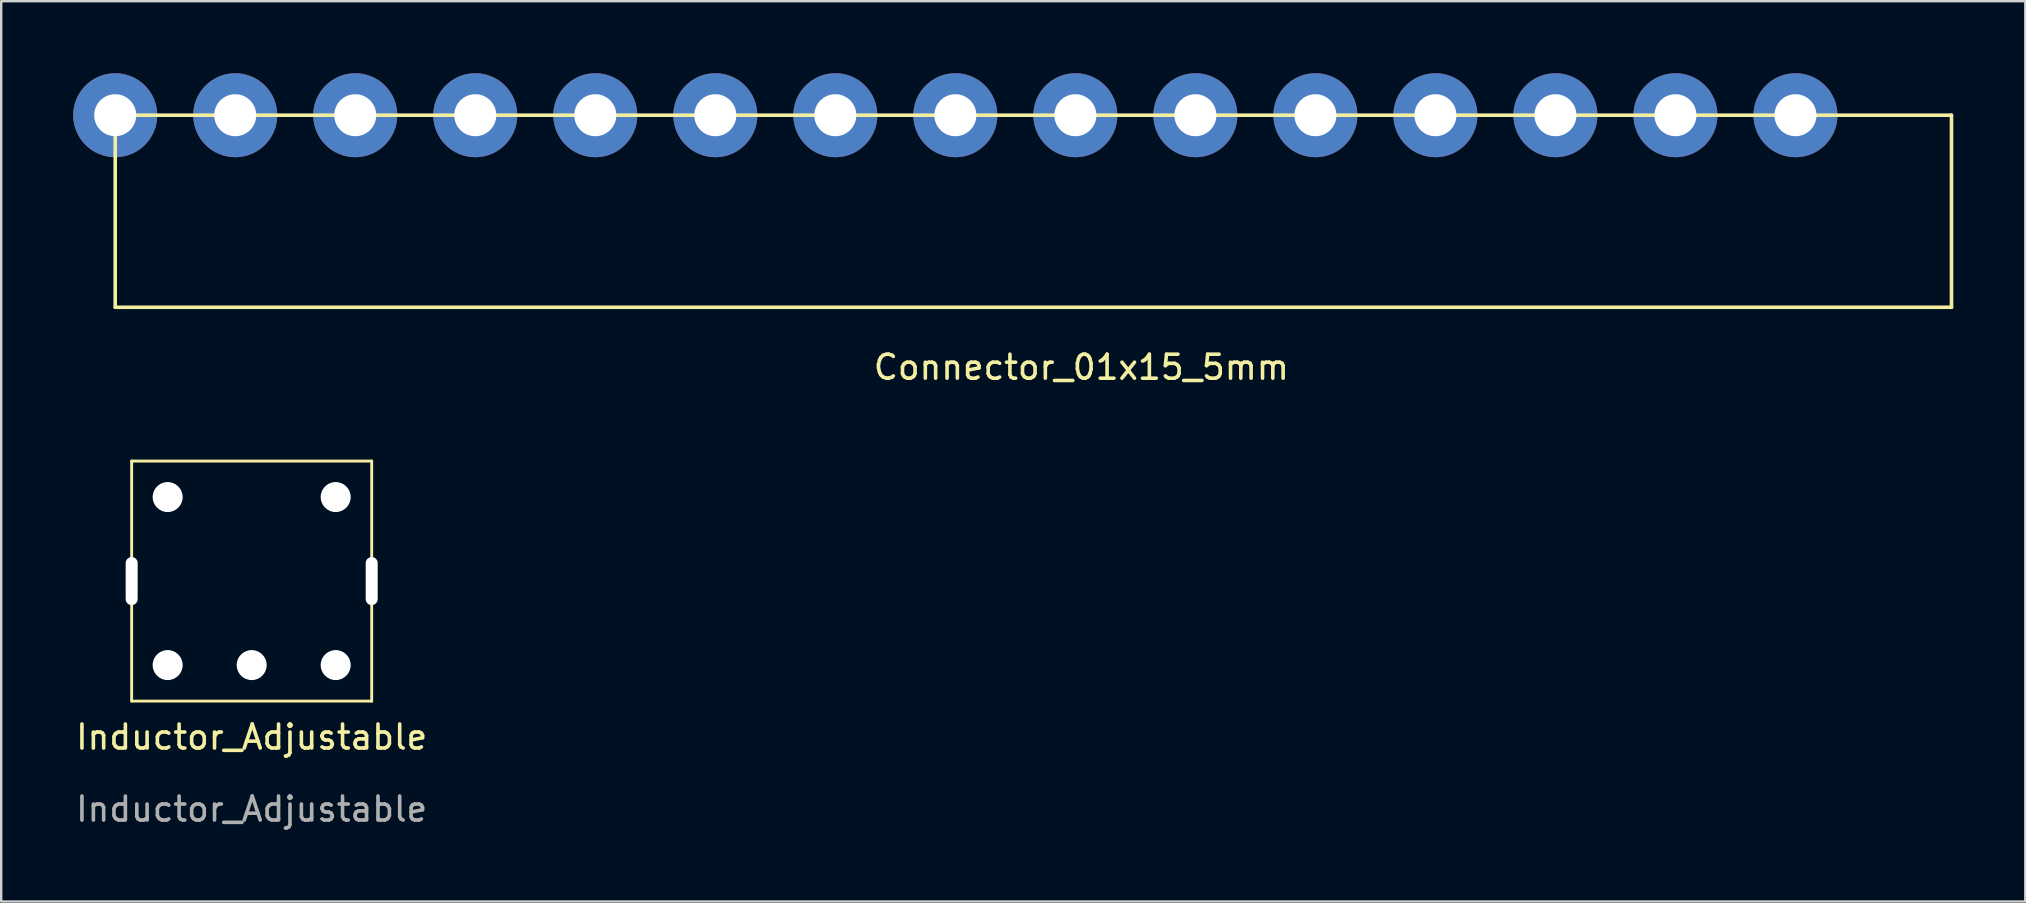
<source format=kicad_pcb>
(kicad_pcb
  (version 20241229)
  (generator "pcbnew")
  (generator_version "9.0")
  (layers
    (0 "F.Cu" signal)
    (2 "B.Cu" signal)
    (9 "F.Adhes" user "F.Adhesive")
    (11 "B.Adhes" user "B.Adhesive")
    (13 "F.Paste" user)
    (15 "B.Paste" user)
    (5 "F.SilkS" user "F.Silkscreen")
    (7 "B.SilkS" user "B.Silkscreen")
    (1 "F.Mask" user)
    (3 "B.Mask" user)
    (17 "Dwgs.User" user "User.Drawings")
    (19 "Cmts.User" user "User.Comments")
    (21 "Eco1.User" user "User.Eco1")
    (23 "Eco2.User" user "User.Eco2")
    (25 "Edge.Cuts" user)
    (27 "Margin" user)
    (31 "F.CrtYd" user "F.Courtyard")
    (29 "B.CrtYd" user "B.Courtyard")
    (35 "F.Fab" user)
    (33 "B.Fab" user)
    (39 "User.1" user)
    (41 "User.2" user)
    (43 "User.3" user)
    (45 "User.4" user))
  (footprint "Inductor_Adjustable"
    (layer "F.Cu")
    (at 7.435 21.158)
    (property "Reference" "Inductor_Adjustable" (at 0 6.5 0) (unlocked yes) (layer "F.SilkS") (effects (font (size 1 1) (thickness 0.15))))
    (attr through_hole)
    (fp_line (start -5 -5) (end 5 -5) (stroke (width 0.12) (type solid)) (layer "F.SilkS"))
    (fp_line (start -5 5) (end -5 -5) (stroke (width 0.12) (type solid)) (layer "F.SilkS"))
    (fp_line (start 5 -5) (end 5 5) (stroke (width 0.12) (type solid)) (layer "F.SilkS"))
    (fp_line (start 5 5) (end -5 5) (stroke (width 0.12) (type solid)) (layer "F.SilkS"))
    (fp_circle (center -3.5 -3.5) (end -3 -3.5) (stroke (width 0.12) (type solid)) (fill no) (layer "Dwgs.User"))
    (fp_circle (center -3.5 3.5) (end -3 3.5) (stroke (width 0.12) (type solid)) (fill no) (layer "Dwgs.User"))
    (fp_circle (center 0 3.5) (end 0.5 3.5) (stroke (width 0.12) (type solid)) (fill no) (layer "Dwgs.User"))
    (fp_circle (center 3.5 -3.5) (end 4 -3.5) (stroke (width 0.12) (type solid)) (fill no) (layer "Dwgs.User"))
    (fp_circle (center 3.5 3.5) (end 4 3.5) (stroke (width 0.12) (type solid)) (fill no) (layer "Dwgs.User"))
    (fp_text user "${REFERENCE}" (at 0 9.5 0) (unlocked yes) (layer "F.Fab") (effects (font (size 1 1) (thickness 0.15))))
    (pad "1" thru_hole circle (at 3.5 3.5 45) (size 2 2) (drill 1.25) (layers "*.Cu" "B.Mask") (remove_unused_layers yes) (zone_layer_connections))
    (pad "2" thru_hole circle (at 0 3.5) (size 2 2) (drill 1.25) (layers "*.Cu" "B.Mask") (remove_unused_layers yes) (zone_layer_connections))
    (pad "3" thru_hole circle (at -3.5 3.5 135) (size 2 2) (drill 1.25) (layers "*.Cu" "B.Mask") (remove_unused_layers yes) (zone_layer_connections))
    (pad "4" thru_hole circle (at -3.5 -3.5 225) (size 2 2) (drill 1.25) (layers "*.Cu" "B.Mask") (remove_unused_layers yes) (zone_layer_connections))
    (pad "5" thru_hole circle (at 3.5 -3.5 135) (size 2 2) (drill 1.25) (layers "*.Cu" "B.Mask") (remove_unused_layers yes) (zone_layer_connections))
    (pad "6" thru_hole oval (at -5 0) (size 1 3) (drill oval 0.5 2) (layers "*.Cu" "B.Mask") (remove_unused_layers yes) (zone_layer_connections))
    (pad "6" thru_hole oval (at 5 0) (size 1 3) (drill oval 0.5 2) (layers "*.Cu" "B.Mask") (remove_unused_layers yes) (zone_layer_connections)))
  (footprint "Connector_01x15_5mm"
    (layer "F.Cu")
    (at 71.75 1.75)
    (property "Reference" "Connector_01x15_5mm" (at -29.75 10.5 0) (layer "F.SilkS") (effects (font (size 1 1) (thickness 0.15))))
    (attr through_hole)
    (fp_line (start -70 8) (end -70 0) (stroke (width 0.15) (type solid)) (layer "F.SilkS"))
    (fp_line (start -70 8) (end 6.5 8) (stroke (width 0.15) (type solid)) (layer "F.SilkS"))
    (fp_line (start 6.5 0) (end -70 0) (stroke (width 0.15) (type solid)) (layer "F.SilkS"))
    (fp_line (start 6.5 8) (end 6.5 0) (stroke (width 0.15) (type solid)) (layer "F.SilkS"))
    (pad "1" thru_hole circle (at 0 0 180) (size 3.5 3.5) (drill 1.75) (layers "*.Cu" "B.Mask") (remove_unused_layers yes) (keep_end_layers yes) (zone_layer_connections))
    (pad "2" thru_hole circle (at -5 0 180) (size 3.5 3.5) (drill 1.75) (layers "*.Cu" "B.Mask") (remove_unused_layers yes) (keep_end_layers yes) (zone_layer_connections))
    (pad "3" thru_hole circle (at -10 0 180) (size 3.5 3.5) (drill 1.75) (layers "*.Cu" "B.Mask") (remove_unused_layers yes) (keep_end_layers yes) (zone_layer_connections))
    (pad "4" thru_hole circle (at -15 0 180) (size 3.5 3.5) (drill 1.75) (layers "*.Cu" "B.Mask") (remove_unused_layers yes) (keep_end_layers yes) (zone_layer_connections))
    (pad "5" thru_hole circle (at -20 0 180) (size 3.5 3.5) (drill 1.75) (layers "*.Cu" "B.Mask") (remove_unused_layers yes) (keep_end_layers yes) (zone_layer_connections))
    (pad "6" thru_hole circle (at -25 0 180) (size 3.5 3.5) (drill 1.75) (layers "*.Cu" "B.Mask") (remove_unused_layers yes) (keep_end_layers yes) (zone_layer_connections))
    (pad "7" thru_hole circle (at -30 0 180) (size 3.5 3.5) (drill 1.75) (layers "*.Cu" "B.Mask") (remove_unused_layers yes) (keep_end_layers yes) (zone_layer_connections))
    (pad "8" thru_hole circle (at -35 0 180) (size 3.5 3.5) (drill 1.75) (layers "*.Cu" "B.Mask") (remove_unused_layers yes) (keep_end_layers yes) (zone_layer_connections))
    (pad "9" thru_hole circle (at -40 0 180) (size 3.5 3.5) (drill 1.75) (layers "*.Cu" "B.Mask") (remove_unused_layers yes) (keep_end_layers yes) (zone_layer_connections))
    (pad "10" thru_hole circle (at -45 0 180) (size 3.5 3.5) (drill 1.75) (layers "*.Cu" "B.Mask") (remove_unused_layers yes) (keep_end_layers yes) (zone_layer_connections))
    (pad "11" thru_hole circle (at -50 0 180) (size 3.5 3.5) (drill 1.75) (layers "*.Cu" "B.Mask") (remove_unused_layers yes) (keep_end_layers yes) (zone_layer_connections))
    (pad "12" thru_hole circle (at -55 0 180) (size 3.5 3.5) (drill 1.75) (layers "*.Cu" "B.Mask") (remove_unused_layers yes) (keep_end_layers yes) (zone_layer_connections))
    (pad "13" thru_hole circle (at -60 0 180) (size 3.5 3.5) (drill 1.75) (layers "*.Cu" "B.Mask") (remove_unused_layers yes) (keep_end_layers yes) (zone_layer_connections))
    (pad "14" thru_hole circle (at -65 0 180) (size 3.5 3.5) (drill 1.75) (layers "*.Cu" "B.Mask") (remove_unused_layers yes) (keep_end_layers yes) (zone_layer_connections))
    (pad "15" thru_hole circle (at -70 0 180) (size 3.5 3.5) (drill 1.75) (layers "*.Cu" "B.Mask") (remove_unused_layers yes) (keep_end_layers yes) (zone_layer_connections)))
  (gr_rect
    (start -3 -3)
    (end 81.325 34.507)
    (stroke (width 0.1) (type default))
    (fill no)
    (layer "Edge.Cuts")))
</source>
